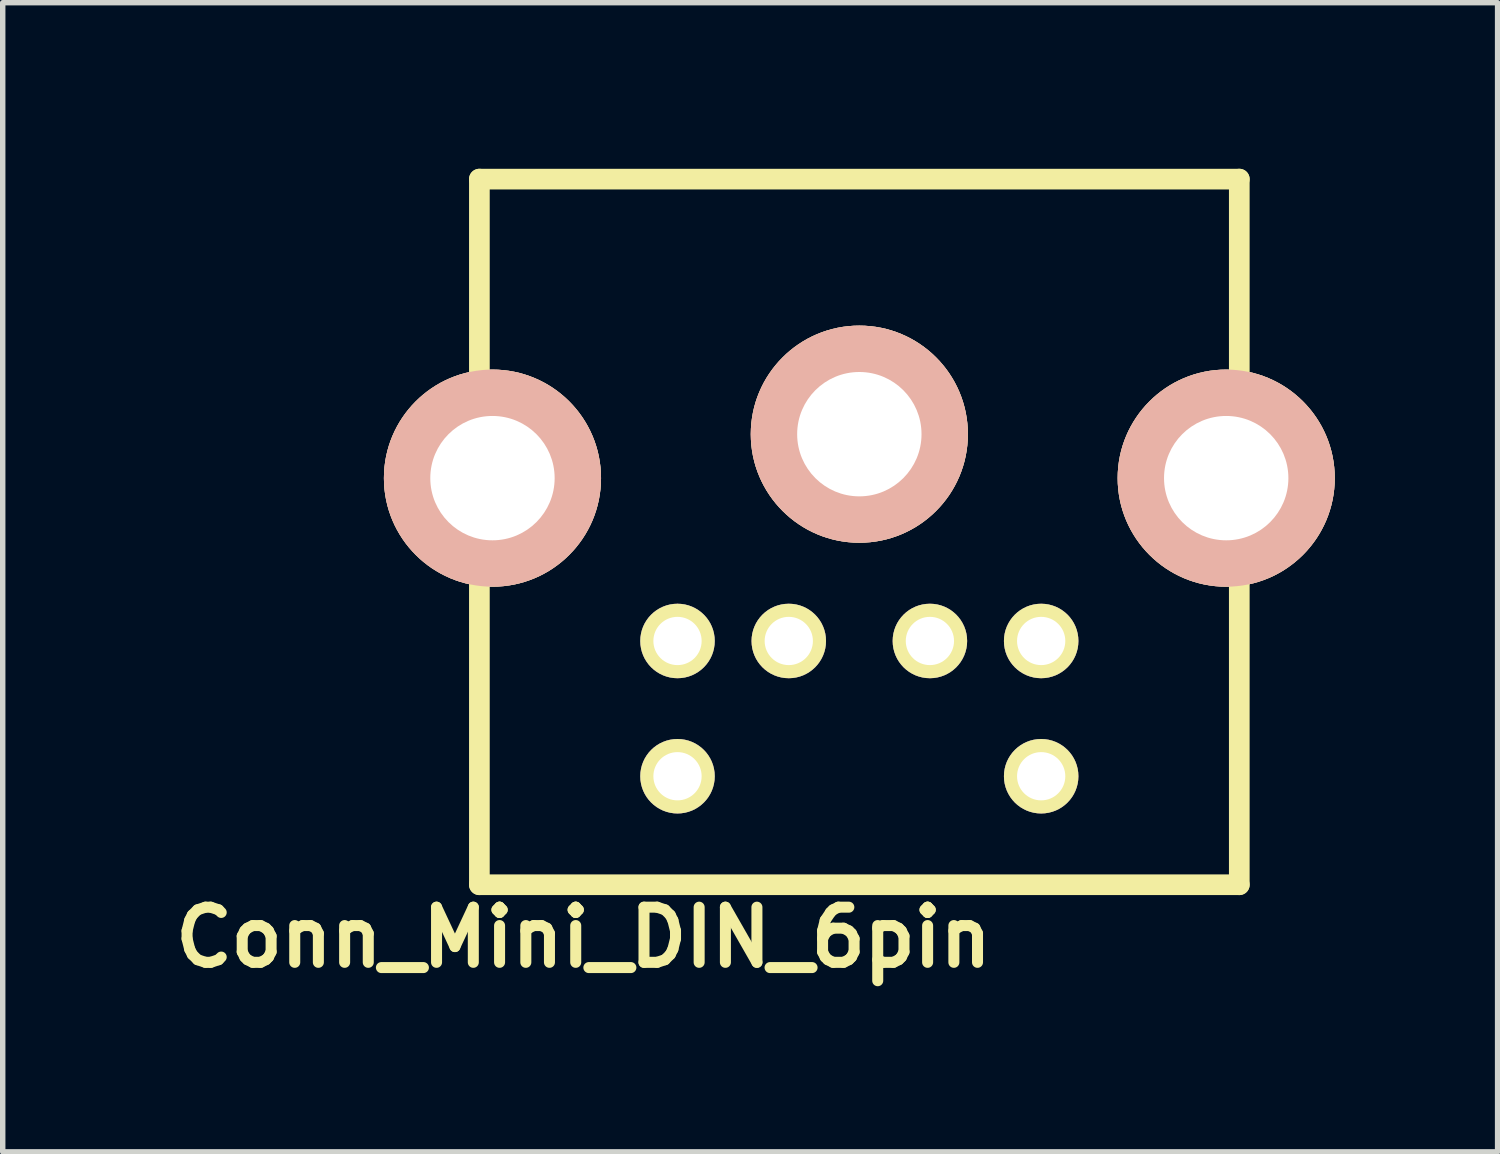
<source format=kicad_pcb>
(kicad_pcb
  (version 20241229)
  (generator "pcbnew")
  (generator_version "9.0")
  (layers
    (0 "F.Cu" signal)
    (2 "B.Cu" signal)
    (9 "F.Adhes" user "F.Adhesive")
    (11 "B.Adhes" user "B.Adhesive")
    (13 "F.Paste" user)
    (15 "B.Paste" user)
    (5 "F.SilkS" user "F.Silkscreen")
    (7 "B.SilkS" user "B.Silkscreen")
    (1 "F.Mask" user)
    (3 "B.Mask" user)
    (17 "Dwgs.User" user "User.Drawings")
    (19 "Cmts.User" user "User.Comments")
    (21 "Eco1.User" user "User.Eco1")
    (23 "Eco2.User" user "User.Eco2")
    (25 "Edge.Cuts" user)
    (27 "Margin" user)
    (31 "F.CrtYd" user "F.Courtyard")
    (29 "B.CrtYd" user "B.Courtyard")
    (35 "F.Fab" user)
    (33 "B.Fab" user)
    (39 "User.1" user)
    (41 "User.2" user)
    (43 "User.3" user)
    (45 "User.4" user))
  (footprint "Conn_Mini_DIN_6pin"
    (layer "F.Cu")
    (at 12.782 0.25)
    (property "Reference" "Conn_Mini_DIN_6pin" (at -5.08 13.97 0) (layer "F.SilkS") (effects (font (size 1.016 1.016) (thickness 0.203))))
    (attr through_hole)
    (fp_line (start -7 0) (end 7 0) (stroke (width 0.381) (type solid)) (layer "F.SilkS"))
    (fp_line (start -7 13) (end -7 0) (stroke (width 0.381) (type solid)) (layer "F.SilkS"))
    (fp_line (start 7 0) (end 7 13) (stroke (width 0.381) (type solid)) (layer "F.SilkS"))
    (fp_line (start 7 13) (end -7 13) (stroke (width 0.381) (type solid)) (layer "F.SilkS"))
    (pad "1" thru_hole circle (at -1.3 8.509 180) (size 1.372 1.372) (drill 0.889) (layers "*.Cu" "*.Mask" "F.SilkS"))
    (pad "2" thru_hole circle (at 1.3 8.509 180) (size 1.372 1.372) (drill 0.889) (layers "*.Cu" "*.Mask" "F.SilkS"))
    (pad "3" thru_hole circle (at -3.35 8.509 180) (size 1.372 1.372) (drill 0.889) (layers "*.Cu" "*.Mask" "F.SilkS"))
    (pad "4" thru_hole circle (at 3.35 8.509 180) (size 1.372 1.372) (drill 0.889) (layers "*.Cu" "*.Mask" "F.SilkS"))
    (pad "5" thru_hole circle (at -3.35 11.001 180) (size 1.372 1.372) (drill 0.889) (layers "*.Cu" "*.Mask" "F.SilkS"))
    (pad "6" thru_hole circle (at 3.35 11.001 180) (size 1.372 1.372) (drill 0.889) (layers "*.Cu" "*.Mask" "F.SilkS"))
    (pad "GND" thru_hole circle (at -6.759 5.509 180) (size 4 4) (drill 2.291) (layers "*.Cu" "*.SilkS" "*.Mask"))
    (pad "GND" thru_hole circle (at 0 4.699 180) (size 4 4) (drill 2.291) (layers "*.Cu" "*.SilkS" "*.Mask"))
    (pad "GND" thru_hole circle (at 6.759 5.509 180) (size 4 4) (drill 2.291) (layers "*.Cu" "*.SilkS" "*.Mask")))
  (gr_rect
    (start -3 -3)
    (end 24.541 18.171)
    (stroke (width 0.1) (type default))
    (fill no)
    (layer "Edge.Cuts")))
</source>
